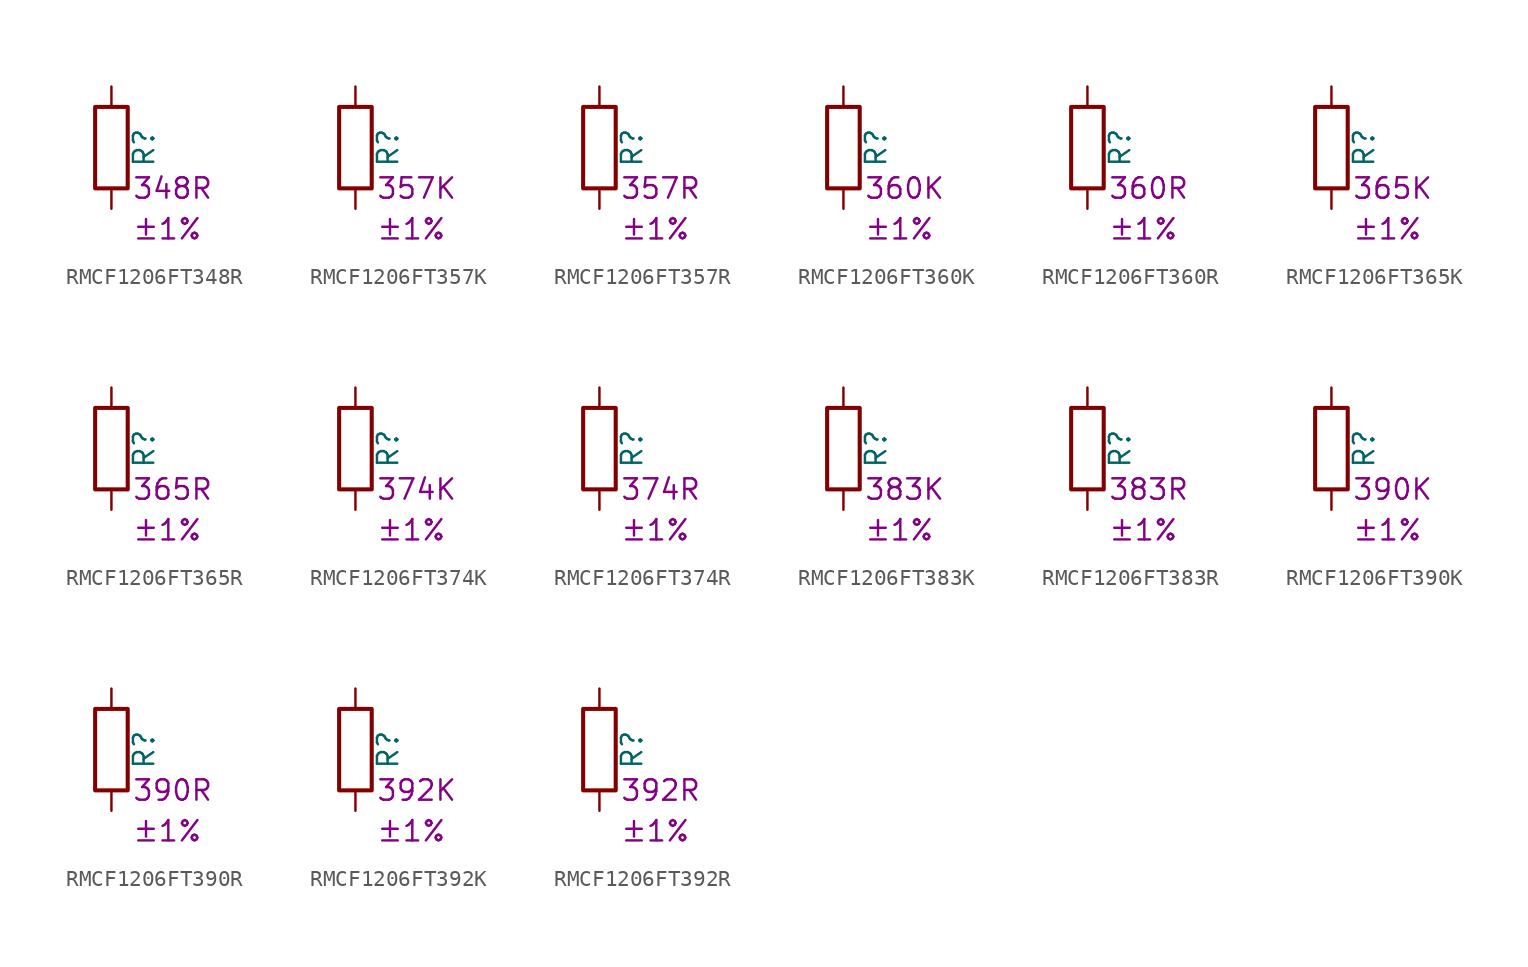
<source format=kicad_sym>
(kicad_symbol_lib
  (version 20220914)
  (generator kicad_symbol_editor)
  (symbol "RMCF1206FT348R"
    (pin_numbers hide)
    (pin_names
      (offset 0))
    (property "Reference" "R"
      (at 2.032 0 90)
      (effects (font (size 1.27 1.27))))
    (property "Resistance" "348R"
      (at 1.27 -2.54 0)
      (effects (font (size 1.27 1.27)) (justify left)))
    (property "Tolerance" "±1%"
      (at 1.27 -5.08 0)
      (effects (font (size 1.27 1.27)) (justify left)))
    (symbol "RMCF1206FT348R_0_1"
      (rectangle (start -1.016 -2.54) (end 1.016 2.54) (stroke (width 0.254) (type default)) (fill (type none))))
    (symbol "RMCF1206FT348R_1_1"
      (pin passive line (at 0 3.81 270) (length 1.27) (name "~" (effects (font (size 1.27 1.27)))) (number "1" (effects (font (size 1.27 1.27)))))
      (pin passive line (at 0 -3.81 90) (length 1.27) (name "~" (effects (font (size 1.27 1.27)))) (number "2" (effects (font (size 1.27 1.27)))))))
  (symbol "RMCF1206FT357K"
    (pin_numbers hide)
    (pin_names
      (offset 0))
    (property "Reference" "R"
      (at 2.032 0 90)
      (effects (font (size 1.27 1.27))))
    (property "Resistance" "357K"
      (at 1.27 -2.54 0)
      (effects (font (size 1.27 1.27)) (justify left)))
    (property "Tolerance" "±1%"
      (at 1.27 -5.08 0)
      (effects (font (size 1.27 1.27)) (justify left)))
    (symbol "RMCF1206FT357K_0_1"
      (rectangle (start -1.016 -2.54) (end 1.016 2.54) (stroke (width 0.254) (type default)) (fill (type none))))
    (symbol "RMCF1206FT357K_1_1"
      (pin passive line (at 0 3.81 270) (length 1.27) (name "~" (effects (font (size 1.27 1.27)))) (number "1" (effects (font (size 1.27 1.27)))))
      (pin passive line (at 0 -3.81 90) (length 1.27) (name "~" (effects (font (size 1.27 1.27)))) (number "2" (effects (font (size 1.27 1.27)))))))
  (symbol "RMCF1206FT357R"
    (pin_numbers hide)
    (pin_names
      (offset 0))
    (property "Reference" "R"
      (at 2.032 0 90)
      (effects (font (size 1.27 1.27))))
    (property "Resistance" "357R"
      (at 1.27 -2.54 0)
      (effects (font (size 1.27 1.27)) (justify left)))
    (property "Tolerance" "±1%"
      (at 1.27 -5.08 0)
      (effects (font (size 1.27 1.27)) (justify left)))
    (symbol "RMCF1206FT357R_0_1"
      (rectangle (start -1.016 -2.54) (end 1.016 2.54) (stroke (width 0.254) (type default)) (fill (type none))))
    (symbol "RMCF1206FT357R_1_1"
      (pin passive line (at 0 3.81 270) (length 1.27) (name "~" (effects (font (size 1.27 1.27)))) (number "1" (effects (font (size 1.27 1.27)))))
      (pin passive line (at 0 -3.81 90) (length 1.27) (name "~" (effects (font (size 1.27 1.27)))) (number "2" (effects (font (size 1.27 1.27)))))))
  (symbol "RMCF1206FT360K"
    (pin_numbers hide)
    (pin_names
      (offset 0))
    (property "Reference" "R"
      (at 2.032 0 90)
      (effects (font (size 1.27 1.27))))
    (property "Resistance" "360K"
      (at 1.27 -2.54 0)
      (effects (font (size 1.27 1.27)) (justify left)))
    (property "Tolerance" "±1%"
      (at 1.27 -5.08 0)
      (effects (font (size 1.27 1.27)) (justify left)))
    (symbol "RMCF1206FT360K_0_1"
      (rectangle (start -1.016 -2.54) (end 1.016 2.54) (stroke (width 0.254) (type default)) (fill (type none))))
    (symbol "RMCF1206FT360K_1_1"
      (pin passive line (at 0 3.81 270) (length 1.27) (name "~" (effects (font (size 1.27 1.27)))) (number "1" (effects (font (size 1.27 1.27)))))
      (pin passive line (at 0 -3.81 90) (length 1.27) (name "~" (effects (font (size 1.27 1.27)))) (number "2" (effects (font (size 1.27 1.27)))))))
  (symbol "RMCF1206FT360R"
    (pin_numbers hide)
    (pin_names
      (offset 0))
    (property "Reference" "R"
      (at 2.032 0 90)
      (effects (font (size 1.27 1.27))))
    (property "Resistance" "360R"
      (at 1.27 -2.54 0)
      (effects (font (size 1.27 1.27)) (justify left)))
    (property "Tolerance" "±1%"
      (at 1.27 -5.08 0)
      (effects (font (size 1.27 1.27)) (justify left)))
    (symbol "RMCF1206FT360R_0_1"
      (rectangle (start -1.016 -2.54) (end 1.016 2.54) (stroke (width 0.254) (type default)) (fill (type none))))
    (symbol "RMCF1206FT360R_1_1"
      (pin passive line (at 0 3.81 270) (length 1.27) (name "~" (effects (font (size 1.27 1.27)))) (number "1" (effects (font (size 1.27 1.27)))))
      (pin passive line (at 0 -3.81 90) (length 1.27) (name "~" (effects (font (size 1.27 1.27)))) (number "2" (effects (font (size 1.27 1.27)))))))
  (symbol "RMCF1206FT365K"
    (pin_numbers hide)
    (pin_names
      (offset 0))
    (property "Reference" "R"
      (at 2.032 0 90)
      (effects (font (size 1.27 1.27))))
    (property "Resistance" "365K"
      (at 1.27 -2.54 0)
      (effects (font (size 1.27 1.27)) (justify left)))
    (property "Tolerance" "±1%"
      (at 1.27 -5.08 0)
      (effects (font (size 1.27 1.27)) (justify left)))
    (symbol "RMCF1206FT365K_0_1"
      (rectangle (start -1.016 -2.54) (end 1.016 2.54) (stroke (width 0.254) (type default)) (fill (type none))))
    (symbol "RMCF1206FT365K_1_1"
      (pin passive line (at 0 3.81 270) (length 1.27) (name "~" (effects (font (size 1.27 1.27)))) (number "1" (effects (font (size 1.27 1.27)))))
      (pin passive line (at 0 -3.81 90) (length 1.27) (name "~" (effects (font (size 1.27 1.27)))) (number "2" (effects (font (size 1.27 1.27)))))))
  (symbol "RMCF1206FT365R"
    (pin_numbers hide)
    (pin_names
      (offset 0))
    (property "Reference" "R"
      (at 2.032 0 90)
      (effects (font (size 1.27 1.27))))
    (property "Resistance" "365R"
      (at 1.27 -2.54 0)
      (effects (font (size 1.27 1.27)) (justify left)))
    (property "Tolerance" "±1%"
      (at 1.27 -5.08 0)
      (effects (font (size 1.27 1.27)) (justify left)))
    (symbol "RMCF1206FT365R_0_1"
      (rectangle (start -1.016 -2.54) (end 1.016 2.54) (stroke (width 0.254) (type default)) (fill (type none))))
    (symbol "RMCF1206FT365R_1_1"
      (pin passive line (at 0 3.81 270) (length 1.27) (name "~" (effects (font (size 1.27 1.27)))) (number "1" (effects (font (size 1.27 1.27)))))
      (pin passive line (at 0 -3.81 90) (length 1.27) (name "~" (effects (font (size 1.27 1.27)))) (number "2" (effects (font (size 1.27 1.27)))))))
  (symbol "RMCF1206FT374K"
    (pin_numbers hide)
    (pin_names
      (offset 0))
    (property "Reference" "R"
      (at 2.032 0 90)
      (effects (font (size 1.27 1.27))))
    (property "Resistance" "374K"
      (at 1.27 -2.54 0)
      (effects (font (size 1.27 1.27)) (justify left)))
    (property "Tolerance" "±1%"
      (at 1.27 -5.08 0)
      (effects (font (size 1.27 1.27)) (justify left)))
    (symbol "RMCF1206FT374K_0_1"
      (rectangle (start -1.016 -2.54) (end 1.016 2.54) (stroke (width 0.254) (type default)) (fill (type none))))
    (symbol "RMCF1206FT374K_1_1"
      (pin passive line (at 0 3.81 270) (length 1.27) (name "~" (effects (font (size 1.27 1.27)))) (number "1" (effects (font (size 1.27 1.27)))))
      (pin passive line (at 0 -3.81 90) (length 1.27) (name "~" (effects (font (size 1.27 1.27)))) (number "2" (effects (font (size 1.27 1.27)))))))
  (symbol "RMCF1206FT374R"
    (pin_numbers hide)
    (pin_names
      (offset 0))
    (property "Reference" "R"
      (at 2.032 0 90)
      (effects (font (size 1.27 1.27))))
    (property "Resistance" "374R"
      (at 1.27 -2.54 0)
      (effects (font (size 1.27 1.27)) (justify left)))
    (property "Tolerance" "±1%"
      (at 1.27 -5.08 0)
      (effects (font (size 1.27 1.27)) (justify left)))
    (symbol "RMCF1206FT374R_0_1"
      (rectangle (start -1.016 -2.54) (end 1.016 2.54) (stroke (width 0.254) (type default)) (fill (type none))))
    (symbol "RMCF1206FT374R_1_1"
      (pin passive line (at 0 3.81 270) (length 1.27) (name "~" (effects (font (size 1.27 1.27)))) (number "1" (effects (font (size 1.27 1.27)))))
      (pin passive line (at 0 -3.81 90) (length 1.27) (name "~" (effects (font (size 1.27 1.27)))) (number "2" (effects (font (size 1.27 1.27)))))))
  (symbol "RMCF1206FT383K"
    (pin_numbers hide)
    (pin_names
      (offset 0))
    (property "Reference" "R"
      (at 2.032 0 90)
      (effects (font (size 1.27 1.27))))
    (property "Resistance" "383K"
      (at 1.27 -2.54 0)
      (effects (font (size 1.27 1.27)) (justify left)))
    (property "Tolerance" "±1%"
      (at 1.27 -5.08 0)
      (effects (font (size 1.27 1.27)) (justify left)))
    (symbol "RMCF1206FT383K_0_1"
      (rectangle (start -1.016 -2.54) (end 1.016 2.54) (stroke (width 0.254) (type default)) (fill (type none))))
    (symbol "RMCF1206FT383K_1_1"
      (pin passive line (at 0 3.81 270) (length 1.27) (name "~" (effects (font (size 1.27 1.27)))) (number "1" (effects (font (size 1.27 1.27)))))
      (pin passive line (at 0 -3.81 90) (length 1.27) (name "~" (effects (font (size 1.27 1.27)))) (number "2" (effects (font (size 1.27 1.27)))))))
  (symbol "RMCF1206FT383R"
    (pin_numbers hide)
    (pin_names
      (offset 0))
    (property "Reference" "R"
      (at 2.032 0 90)
      (effects (font (size 1.27 1.27))))
    (property "Resistance" "383R"
      (at 1.27 -2.54 0)
      (effects (font (size 1.27 1.27)) (justify left)))
    (property "Tolerance" "±1%"
      (at 1.27 -5.08 0)
      (effects (font (size 1.27 1.27)) (justify left)))
    (symbol "RMCF1206FT383R_0_1"
      (rectangle (start -1.016 -2.54) (end 1.016 2.54) (stroke (width 0.254) (type default)) (fill (type none))))
    (symbol "RMCF1206FT383R_1_1"
      (pin passive line (at 0 3.81 270) (length 1.27) (name "~" (effects (font (size 1.27 1.27)))) (number "1" (effects (font (size 1.27 1.27)))))
      (pin passive line (at 0 -3.81 90) (length 1.27) (name "~" (effects (font (size 1.27 1.27)))) (number "2" (effects (font (size 1.27 1.27)))))))
  (symbol "RMCF1206FT390K"
    (pin_numbers hide)
    (pin_names
      (offset 0))
    (property "Reference" "R"
      (at 2.032 0 90)
      (effects (font (size 1.27 1.27))))
    (property "Resistance" "390K"
      (at 1.27 -2.54 0)
      (effects (font (size 1.27 1.27)) (justify left)))
    (property "Tolerance" "±1%"
      (at 1.27 -5.08 0)
      (effects (font (size 1.27 1.27)) (justify left)))
    (symbol "RMCF1206FT390K_0_1"
      (rectangle (start -1.016 -2.54) (end 1.016 2.54) (stroke (width 0.254) (type default)) (fill (type none))))
    (symbol "RMCF1206FT390K_1_1"
      (pin passive line (at 0 3.81 270) (length 1.27) (name "~" (effects (font (size 1.27 1.27)))) (number "1" (effects (font (size 1.27 1.27)))))
      (pin passive line (at 0 -3.81 90) (length 1.27) (name "~" (effects (font (size 1.27 1.27)))) (number "2" (effects (font (size 1.27 1.27)))))))
  (symbol "RMCF1206FT390R"
    (pin_numbers hide)
    (pin_names
      (offset 0))
    (property "Reference" "R"
      (at 2.032 0 90)
      (effects (font (size 1.27 1.27))))
    (property "Resistance" "390R"
      (at 1.27 -2.54 0)
      (effects (font (size 1.27 1.27)) (justify left)))
    (property "Tolerance" "±1%"
      (at 1.27 -5.08 0)
      (effects (font (size 1.27 1.27)) (justify left)))
    (symbol "RMCF1206FT390R_0_1"
      (rectangle (start -1.016 -2.54) (end 1.016 2.54) (stroke (width 0.254) (type default)) (fill (type none))))
    (symbol "RMCF1206FT390R_1_1"
      (pin passive line (at 0 3.81 270) (length 1.27) (name "~" (effects (font (size 1.27 1.27)))) (number "1" (effects (font (size 1.27 1.27)))))
      (pin passive line (at 0 -3.81 90) (length 1.27) (name "~" (effects (font (size 1.27 1.27)))) (number "2" (effects (font (size 1.27 1.27)))))))
  (symbol "RMCF1206FT392K"
    (pin_numbers hide)
    (pin_names
      (offset 0))
    (property "Reference" "R"
      (at 2.032 0 90)
      (effects (font (size 1.27 1.27))))
    (property "Resistance" "392K"
      (at 1.27 -2.54 0)
      (effects (font (size 1.27 1.27)) (justify left)))
    (property "Tolerance" "±1%"
      (at 1.27 -5.08 0)
      (effects (font (size 1.27 1.27)) (justify left)))
    (symbol "RMCF1206FT392K_0_1"
      (rectangle (start -1.016 -2.54) (end 1.016 2.54) (stroke (width 0.254) (type default)) (fill (type none))))
    (symbol "RMCF1206FT392K_1_1"
      (pin passive line (at 0 3.81 270) (length 1.27) (name "~" (effects (font (size 1.27 1.27)))) (number "1" (effects (font (size 1.27 1.27)))))
      (pin passive line (at 0 -3.81 90) (length 1.27) (name "~" (effects (font (size 1.27 1.27)))) (number "2" (effects (font (size 1.27 1.27)))))))
  (symbol "RMCF1206FT392R"
    (pin_numbers hide)
    (pin_names
      (offset 0))
    (property "Reference" "R"
      (at 2.032 0 90)
      (effects (font (size 1.27 1.27))))
    (property "Resistance" "392R"
      (at 1.27 -2.54 0)
      (effects (font (size 1.27 1.27)) (justify left)))
    (property "Tolerance" "±1%"
      (at 1.27 -5.08 0)
      (effects (font (size 1.27 1.27)) (justify left)))
    (symbol "RMCF1206FT392R_0_1"
      (rectangle (start -1.016 -2.54) (end 1.016 2.54) (stroke (width 0.254) (type default)) (fill (type none))))
    (symbol "RMCF1206FT392R_1_1"
      (pin passive line (at 0 3.81 270) (length 1.27) (name "~" (effects (font (size 1.27 1.27)))) (number "1" (effects (font (size 1.27 1.27)))))
      (pin passive line (at 0 -3.81 90) (length 1.27) (name "~" (effects (font (size 1.27 1.27)))) (number "2" (effects (font (size 1.27 1.27))))))))
</source>
